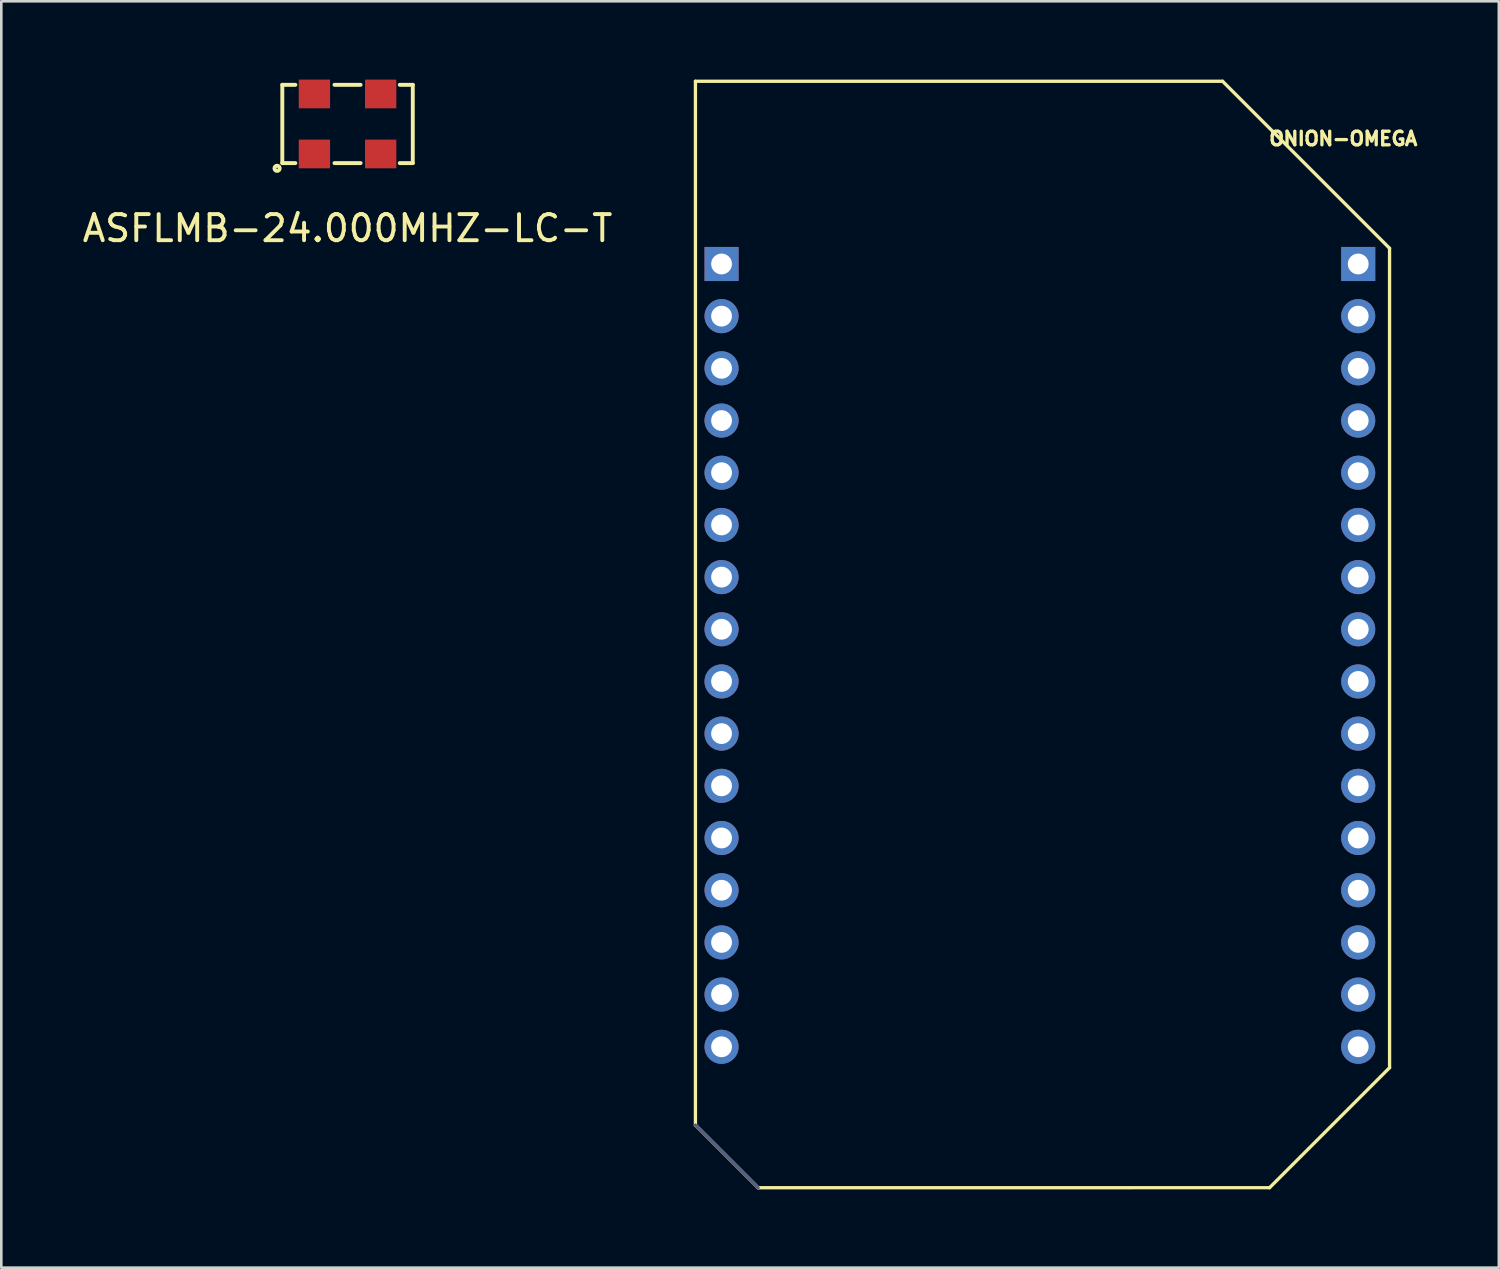
<source format=kicad_pcb>
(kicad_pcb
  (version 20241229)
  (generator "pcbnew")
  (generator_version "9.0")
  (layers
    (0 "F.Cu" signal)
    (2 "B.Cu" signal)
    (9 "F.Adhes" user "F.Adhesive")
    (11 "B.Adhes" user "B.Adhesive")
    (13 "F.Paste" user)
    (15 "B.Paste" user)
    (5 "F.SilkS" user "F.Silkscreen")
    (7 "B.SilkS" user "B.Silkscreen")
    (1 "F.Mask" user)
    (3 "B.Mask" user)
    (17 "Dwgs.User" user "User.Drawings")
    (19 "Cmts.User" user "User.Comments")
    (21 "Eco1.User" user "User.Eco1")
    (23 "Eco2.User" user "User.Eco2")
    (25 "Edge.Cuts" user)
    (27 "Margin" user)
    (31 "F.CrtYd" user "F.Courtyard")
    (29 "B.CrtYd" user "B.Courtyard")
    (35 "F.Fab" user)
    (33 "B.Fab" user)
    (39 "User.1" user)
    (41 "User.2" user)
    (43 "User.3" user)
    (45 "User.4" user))
  (footprint "ONION-OMEGA"
    (layer "F.Cu")
    (at 36.599 21.064)
    (property "Reference" "ONION-OMEGA" (at 11.825 -18.8 0) (layer "F.SilkS") (effects (font (size 0.52 0.52) (thickness 0.127))))
    (attr exclude_from_pos_files exclude_from_bom)
    (fp_line (start -13 -21) (end 7.2 -21) (stroke (width 0.127) (type solid)) (layer "F.SilkS"))
    (fp_line (start -13 18.999) (end -13 -21) (stroke (width 0.127) (type solid)) (layer "F.SilkS"))
    (fp_line (start -10.6 21.4) (end -13 19) (stroke (width 0.127) (type solid)) (layer "F.SilkS"))
    (fp_line (start 7.2 -21) (end 13.599 -14.6) (stroke (width 0.127) (type solid)) (layer "F.SilkS"))
    (fp_line (start 8.999 21.399) (end -10.6 21.4) (stroke (width 0.127) (type solid)) (layer "F.SilkS"))
    (fp_line (start 13.599 -14.6) (end 13.6 16.8) (stroke (width 0.127) (type solid)) (layer "F.SilkS"))
    (fp_line (start 13.6 16.8) (end 9 21.4) (stroke (width 0.127) (type solid)) (layer "F.SilkS"))
    (fp_line (start -10.6 21.4) (end -13 19) (stroke (width 0.127) (type solid)) (layer "B.Fab"))
    (pad "1" thru_hole rect (at -11.999 -13.998) (size 1.306 1.306) (drill 0.798) (layers "*.Cu" "*.Mask"))
    (pad "2" thru_hole circle (at -11.999 -11.999) (size 1.306 1.306) (drill 0.798) (layers "*.Cu" "*.Mask"))
    (pad "3" thru_hole circle (at -11.999 -10) (size 1.306 1.306) (drill 0.798) (layers "*.Cu" "*.Mask"))
    (pad "4" thru_hole circle (at -11.999 -7.998) (size 1.306 1.306) (drill 0.798) (layers "*.Cu" "*.Mask"))
    (pad "5" thru_hole circle (at -11.999 -5.999) (size 1.306 1.306) (drill 0.798) (layers "*.Cu" "*.Mask"))
    (pad "6" thru_hole circle (at -11.999 -3.998) (size 1.306 1.306) (drill 0.798) (layers "*.Cu" "*.Mask"))
    (pad "7" thru_hole circle (at -11.999 -1.999) (size 1.306 1.306) (drill 0.798) (layers "*.Cu" "*.Mask"))
    (pad "8" thru_hole circle (at -11.999 0) (size 1.306 1.306) (drill 0.798) (layers "*.Cu" "*.Mask"))
    (pad "9" thru_hole circle (at -11.999 1.999) (size 1.306 1.306) (drill 0.798) (layers "*.Cu" "*.Mask"))
    (pad "10" thru_hole circle (at -11.999 3.998) (size 1.306 1.306) (drill 0.798) (layers "*.Cu" "*.Mask"))
    (pad "11" thru_hole circle (at -11.999 5.999) (size 1.306 1.306) (drill 0.798) (layers "*.Cu" "*.Mask"))
    (pad "12" thru_hole circle (at -11.999 7.998) (size 1.306 1.306) (drill 0.798) (layers "*.Cu" "*.Mask"))
    (pad "13" thru_hole circle (at -11.999 10) (size 1.306 1.306) (drill 0.798) (layers "*.Cu" "*.Mask"))
    (pad "14" thru_hole circle (at -11.999 11.999) (size 1.306 1.306) (drill 0.798) (layers "*.Cu" "*.Mask"))
    (pad "15" thru_hole circle (at -11.999 13.998) (size 1.306 1.306) (drill 0.798) (layers "*.Cu" "*.Mask"))
    (pad "16" thru_hole circle (at -11.999 15.999) (size 1.306 1.306) (drill 0.798) (layers "*.Cu" "*.Mask"))
    (pad "17" thru_hole circle (at 12.398 15.999) (size 1.306 1.306) (drill 0.798) (layers "*.Cu" "*.Mask"))
    (pad "18" thru_hole circle (at 12.398 13.998) (size 1.306 1.306) (drill 0.798) (layers "*.Cu" "*.Mask"))
    (pad "19" thru_hole circle (at 12.398 11.999) (size 1.306 1.306) (drill 0.798) (layers "*.Cu" "*.Mask"))
    (pad "20" thru_hole circle (at 12.398 10) (size 1.306 1.306) (drill 0.798) (layers "*.Cu" "*.Mask"))
    (pad "21" thru_hole circle (at 12.398 7.998) (size 1.306 1.306) (drill 0.798) (layers "*.Cu" "*.Mask"))
    (pad "22" thru_hole circle (at 12.398 5.999) (size 1.306 1.306) (drill 0.798) (layers "*.Cu" "*.Mask"))
    (pad "23" thru_hole circle (at 12.398 3.998) (size 1.306 1.306) (drill 0.798) (layers "*.Cu" "*.Mask"))
    (pad "24" thru_hole circle (at 12.398 1.999) (size 1.306 1.306) (drill 0.798) (layers "*.Cu" "*.Mask"))
    (pad "25" thru_hole circle (at 12.398 0) (size 1.306 1.306) (drill 0.798) (layers "*.Cu" "*.Mask"))
    (pad "26" thru_hole circle (at 12.398 -1.999) (size 1.306 1.306) (drill 0.798) (layers "*.Cu" "*.Mask"))
    (pad "27" thru_hole circle (at 12.398 -3.998) (size 1.306 1.306) (drill 0.798) (layers "*.Cu" "*.Mask"))
    (pad "28" thru_hole circle (at 12.398 -5.999) (size 1.306 1.306) (drill 0.798) (layers "*.Cu" "*.Mask"))
    (pad "29" thru_hole circle (at 12.398 -7.998) (size 1.306 1.306) (drill 0.798) (layers "*.Cu" "*.Mask"))
    (pad "30" thru_hole circle (at 12.398 -10) (size 1.306 1.306) (drill 0.798) (layers "*.Cu" "*.Mask"))
    (pad "31" thru_hole circle (at 12.398 -11.999) (size 1.306 1.306) (drill 0.798) (layers "*.Cu" "*.Mask"))
    (pad "32" thru_hole rect (at 12.398 -13.998) (size 1.306 1.306) (drill 0.798) (layers "*.Cu" "*.Mask")))
  (footprint "ASFLMB-24.000MHZ-LC-T"
    (layer "F.Cu")
    (at 10.268 1.7)
    (property "Reference" "ASFLMB-24.000MHZ-LC-T" (at 0 4 0) (layer "F.SilkS") (effects (font (size 1 1) (thickness 0.15))))
    (attr through_hole)
    (fp_line (start -2.5 -1.5) (end -2.5 1.5) (stroke (width 0.15) (type solid)) (layer "F.SilkS"))
    (fp_line (start -2.5 1.5) (end -2 1.5) (stroke (width 0.15) (type solid)) (layer "F.SilkS"))
    (fp_line (start -2 -1.5) (end -2.5 -1.5) (stroke (width 0.15) (type solid)) (layer "F.SilkS"))
    (fp_line (start -0.5 -1.5) (end 0.5 -1.5) (stroke (width 0.15) (type solid)) (layer "F.SilkS"))
    (fp_line (start -0.5 1.5) (end 0.5 1.5) (stroke (width 0.15) (type solid)) (layer "F.SilkS"))
    (fp_line (start 2 -1.5) (end 2.5 -1.5) (stroke (width 0.15) (type solid)) (layer "F.SilkS"))
    (fp_line (start 2 1.5) (end 2.5 1.5) (stroke (width 0.15) (type solid)) (layer "F.SilkS"))
    (fp_line (start 2.5 1.5) (end 2.5 -1.5) (stroke (width 0.15) (type solid)) (layer "F.SilkS"))
    (fp_circle (center -2.7 1.7) (end -2.6 1.7) (stroke (width 0.15) (type solid)) (fill no) (layer "F.SilkS"))
    (pad "1" smd rect (at -1.27 1.15) (size 1.2 1.1) (layers "F.Cu" "F.Mask" "F.Paste"))
    (pad "2" smd rect (at 1.27 1.15) (size 1.2 1.1) (layers "F.Cu" "F.Mask" "F.Paste"))
    (pad "3" smd rect (at 1.27 -1.15) (size 1.2 1.1) (layers "F.Cu" "F.Mask" "F.Paste"))
    (pad "4" smd rect (at -1.27 -1.15) (size 1.2 1.1) (layers "F.Cu" "F.Mask" "F.Paste")))
  (gr_rect
    (start -3 -3)
    (end 54.386 45.527)
    (stroke (width 0.1) (type default))
    (fill no)
    (layer "Edge.Cuts")))
</source>
